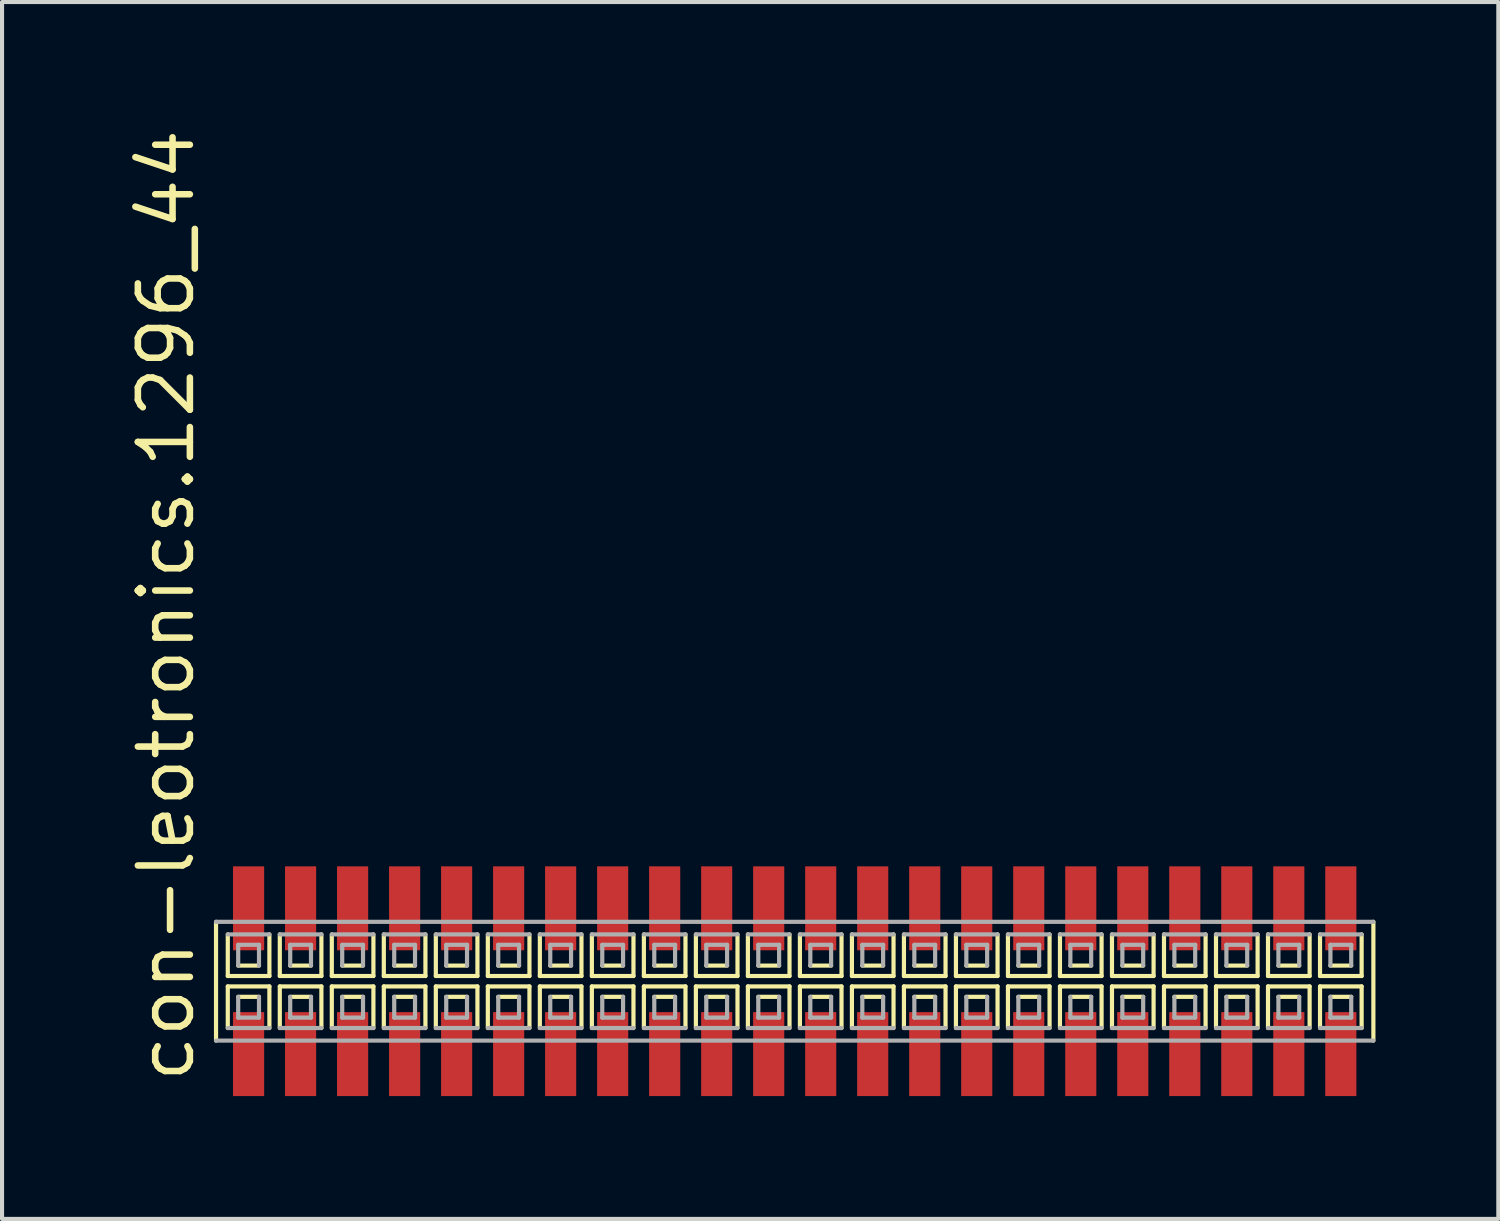
<source format=kicad_pcb>
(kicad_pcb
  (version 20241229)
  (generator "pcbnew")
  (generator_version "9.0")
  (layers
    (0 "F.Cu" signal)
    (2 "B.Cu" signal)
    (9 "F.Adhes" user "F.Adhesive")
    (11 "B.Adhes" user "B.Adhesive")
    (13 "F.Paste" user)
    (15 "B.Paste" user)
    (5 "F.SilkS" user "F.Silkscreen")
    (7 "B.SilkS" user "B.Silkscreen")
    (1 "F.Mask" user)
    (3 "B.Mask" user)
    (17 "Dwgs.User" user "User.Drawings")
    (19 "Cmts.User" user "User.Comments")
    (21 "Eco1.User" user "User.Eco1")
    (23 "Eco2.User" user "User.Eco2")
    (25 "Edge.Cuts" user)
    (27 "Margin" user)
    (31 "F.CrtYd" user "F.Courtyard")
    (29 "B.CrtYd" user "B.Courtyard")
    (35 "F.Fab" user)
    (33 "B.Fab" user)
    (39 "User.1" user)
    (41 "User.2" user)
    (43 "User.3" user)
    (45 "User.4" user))
  (footprint "con-leotronics.1296_44"
    (layer "F.Cu")
    (at 16.355 20.909)
    (property "Reference" "con-leotronics.1296_44" (at -14.605 2.54 90) (layer "F.SilkS") (effects (font (size 1.27 1.27) (thickness 0.16)) (justify left bottom)))
    (attr smd)
    (fp_line (start -14.13 -1.45) (end -14.13 1.45) (stroke (width 0.102) (type default)) (layer "F.SilkS"))
    (fp_line (start -13.843 -1.143) (end -13.843 -0.127) (stroke (width 0.102) (type default)) (layer "F.SilkS"))
    (fp_line (start -13.843 -0.127) (end -12.827 -0.127) (stroke (width 0.102) (type default)) (layer "F.SilkS"))
    (fp_line (start -13.843 0.127) (end -13.843 1.143) (stroke (width 0.102) (type default)) (layer "F.SilkS"))
    (fp_line (start -13.589 -0.381) (end -13.081 -0.381) (stroke (width 0.102) (type default)) (layer "F.SilkS"))
    (fp_line (start -13.081 0.381) (end -13.589 0.381) (stroke (width 0.102) (type default)) (layer "F.SilkS"))
    (fp_line (start -12.827 -0.127) (end -12.827 -1.143) (stroke (width 0.102) (type default)) (layer "F.SilkS"))
    (fp_line (start -12.827 0.127) (end -13.843 0.127) (stroke (width 0.102) (type default)) (layer "F.SilkS"))
    (fp_line (start -12.827 1.143) (end -12.827 0.127) (stroke (width 0.102) (type default)) (layer "F.SilkS"))
    (fp_line (start -12.573 -1.143) (end -12.573 -0.127) (stroke (width 0.102) (type default)) (layer "F.SilkS"))
    (fp_line (start -12.573 -0.127) (end -11.557 -0.127) (stroke (width 0.102) (type default)) (layer "F.SilkS"))
    (fp_line (start -12.573 0.127) (end -12.573 1.143) (stroke (width 0.102) (type default)) (layer "F.SilkS"))
    (fp_line (start -12.319 -0.381) (end -11.811 -0.381) (stroke (width 0.102) (type default)) (layer "F.SilkS"))
    (fp_line (start -11.811 0.381) (end -12.319 0.381) (stroke (width 0.102) (type default)) (layer "F.SilkS"))
    (fp_line (start -11.557 -0.127) (end -11.557 -1.143) (stroke (width 0.102) (type default)) (layer "F.SilkS"))
    (fp_line (start -11.557 0.127) (end -12.573 0.127) (stroke (width 0.102) (type default)) (layer "F.SilkS"))
    (fp_line (start -11.557 1.143) (end -11.557 0.127) (stroke (width 0.102) (type default)) (layer "F.SilkS"))
    (fp_line (start -11.303 -1.143) (end -11.303 -0.127) (stroke (width 0.102) (type default)) (layer "F.SilkS"))
    (fp_line (start -11.303 -0.127) (end -10.287 -0.127) (stroke (width 0.102) (type default)) (layer "F.SilkS"))
    (fp_line (start -11.303 0.127) (end -11.303 1.143) (stroke (width 0.102) (type default)) (layer "F.SilkS"))
    (fp_line (start -11.049 -0.381) (end -10.541 -0.381) (stroke (width 0.102) (type default)) (layer "F.SilkS"))
    (fp_line (start -10.541 0.381) (end -11.049 0.381) (stroke (width 0.102) (type default)) (layer "F.SilkS"))
    (fp_line (start -10.287 -0.127) (end -10.287 -1.143) (stroke (width 0.102) (type default)) (layer "F.SilkS"))
    (fp_line (start -10.287 0.127) (end -11.303 0.127) (stroke (width 0.102) (type default)) (layer "F.SilkS"))
    (fp_line (start -10.287 1.143) (end -10.287 0.127) (stroke (width 0.102) (type default)) (layer "F.SilkS"))
    (fp_line (start -10.033 -1.143) (end -10.033 -0.127) (stroke (width 0.102) (type default)) (layer "F.SilkS"))
    (fp_line (start -10.033 -0.127) (end -9.017 -0.127) (stroke (width 0.102) (type default)) (layer "F.SilkS"))
    (fp_line (start -10.033 0.127) (end -10.033 1.143) (stroke (width 0.102) (type default)) (layer "F.SilkS"))
    (fp_line (start -9.779 -0.381) (end -9.271 -0.381) (stroke (width 0.102) (type default)) (layer "F.SilkS"))
    (fp_line (start -9.271 0.381) (end -9.779 0.381) (stroke (width 0.102) (type default)) (layer "F.SilkS"))
    (fp_line (start -9.017 -0.127) (end -9.017 -1.143) (stroke (width 0.102) (type default)) (layer "F.SilkS"))
    (fp_line (start -9.017 0.127) (end -10.033 0.127) (stroke (width 0.102) (type default)) (layer "F.SilkS"))
    (fp_line (start -9.017 1.143) (end -9.017 0.127) (stroke (width 0.102) (type default)) (layer "F.SilkS"))
    (fp_line (start -8.763 -1.143) (end -8.763 -0.127) (stroke (width 0.102) (type default)) (layer "F.SilkS"))
    (fp_line (start -8.763 -0.127) (end -7.747 -0.127) (stroke (width 0.102) (type default)) (layer "F.SilkS"))
    (fp_line (start -8.763 0.127) (end -8.763 1.143) (stroke (width 0.102) (type default)) (layer "F.SilkS"))
    (fp_line (start -8.509 -0.381) (end -8.001 -0.381) (stroke (width 0.102) (type default)) (layer "F.SilkS"))
    (fp_line (start -8.001 0.381) (end -8.509 0.381) (stroke (width 0.102) (type default)) (layer "F.SilkS"))
    (fp_line (start -7.747 -0.127) (end -7.747 -1.143) (stroke (width 0.102) (type default)) (layer "F.SilkS"))
    (fp_line (start -7.747 0.127) (end -8.763 0.127) (stroke (width 0.102) (type default)) (layer "F.SilkS"))
    (fp_line (start -7.747 1.143) (end -7.747 0.127) (stroke (width 0.102) (type default)) (layer "F.SilkS"))
    (fp_line (start -7.493 -1.143) (end -7.493 -0.127) (stroke (width 0.102) (type default)) (layer "F.SilkS"))
    (fp_line (start -7.493 -0.127) (end -6.477 -0.127) (stroke (width 0.102) (type default)) (layer "F.SilkS"))
    (fp_line (start -7.493 0.127) (end -7.493 1.143) (stroke (width 0.102) (type default)) (layer "F.SilkS"))
    (fp_line (start -7.239 -0.381) (end -6.731 -0.381) (stroke (width 0.102) (type default)) (layer "F.SilkS"))
    (fp_line (start -6.731 0.381) (end -7.239 0.381) (stroke (width 0.102) (type default)) (layer "F.SilkS"))
    (fp_line (start -6.477 -0.127) (end -6.477 -1.143) (stroke (width 0.102) (type default)) (layer "F.SilkS"))
    (fp_line (start -6.477 0.127) (end -7.493 0.127) (stroke (width 0.102) (type default)) (layer "F.SilkS"))
    (fp_line (start -6.477 1.143) (end -6.477 0.127) (stroke (width 0.102) (type default)) (layer "F.SilkS"))
    (fp_line (start -6.223 -1.143) (end -6.223 -0.127) (stroke (width 0.102) (type default)) (layer "F.SilkS"))
    (fp_line (start -6.223 -0.127) (end -5.207 -0.127) (stroke (width 0.102) (type default)) (layer "F.SilkS"))
    (fp_line (start -6.223 0.127) (end -6.223 1.143) (stroke (width 0.102) (type default)) (layer "F.SilkS"))
    (fp_line (start -5.969 -0.381) (end -5.461 -0.381) (stroke (width 0.102) (type default)) (layer "F.SilkS"))
    (fp_line (start -5.461 0.381) (end -5.969 0.381) (stroke (width 0.102) (type default)) (layer "F.SilkS"))
    (fp_line (start -5.207 -0.127) (end -5.207 -1.143) (stroke (width 0.102) (type default)) (layer "F.SilkS"))
    (fp_line (start -5.207 0.127) (end -6.223 0.127) (stroke (width 0.102) (type default)) (layer "F.SilkS"))
    (fp_line (start -5.207 1.143) (end -5.207 0.127) (stroke (width 0.102) (type default)) (layer "F.SilkS"))
    (fp_line (start -4.953 -1.143) (end -4.953 -0.127) (stroke (width 0.102) (type default)) (layer "F.SilkS"))
    (fp_line (start -4.953 -0.127) (end -3.937 -0.127) (stroke (width 0.102) (type default)) (layer "F.SilkS"))
    (fp_line (start -4.953 0.127) (end -4.953 1.143) (stroke (width 0.102) (type default)) (layer "F.SilkS"))
    (fp_line (start -4.699 -0.381) (end -4.191 -0.381) (stroke (width 0.102) (type default)) (layer "F.SilkS"))
    (fp_line (start -4.191 0.381) (end -4.699 0.381) (stroke (width 0.102) (type default)) (layer "F.SilkS"))
    (fp_line (start -3.937 -0.127) (end -3.937 -1.143) (stroke (width 0.102) (type default)) (layer "F.SilkS"))
    (fp_line (start -3.937 0.127) (end -4.953 0.127) (stroke (width 0.102) (type default)) (layer "F.SilkS"))
    (fp_line (start -3.937 1.143) (end -3.937 0.127) (stroke (width 0.102) (type default)) (layer "F.SilkS"))
    (fp_line (start -3.683 -1.143) (end -3.683 -0.127) (stroke (width 0.102) (type default)) (layer "F.SilkS"))
    (fp_line (start -3.683 -0.127) (end -2.667 -0.127) (stroke (width 0.102) (type default)) (layer "F.SilkS"))
    (fp_line (start -3.683 0.127) (end -3.683 1.143) (stroke (width 0.102) (type default)) (layer "F.SilkS"))
    (fp_line (start -3.429 -0.381) (end -2.921 -0.381) (stroke (width 0.102) (type default)) (layer "F.SilkS"))
    (fp_line (start -2.921 0.381) (end -3.429 0.381) (stroke (width 0.102) (type default)) (layer "F.SilkS"))
    (fp_line (start -2.667 -0.127) (end -2.667 -1.143) (stroke (width 0.102) (type default)) (layer "F.SilkS"))
    (fp_line (start -2.667 0.127) (end -3.683 0.127) (stroke (width 0.102) (type default)) (layer "F.SilkS"))
    (fp_line (start -2.667 1.143) (end -2.667 0.127) (stroke (width 0.102) (type default)) (layer "F.SilkS"))
    (fp_line (start -2.413 -1.143) (end -2.413 -0.127) (stroke (width 0.102) (type default)) (layer "F.SilkS"))
    (fp_line (start -2.413 -0.127) (end -1.397 -0.127) (stroke (width 0.102) (type default)) (layer "F.SilkS"))
    (fp_line (start -2.413 0.127) (end -2.413 1.143) (stroke (width 0.102) (type default)) (layer "F.SilkS"))
    (fp_line (start -2.159 -0.381) (end -1.651 -0.381) (stroke (width 0.102) (type default)) (layer "F.SilkS"))
    (fp_line (start -1.651 0.381) (end -2.159 0.381) (stroke (width 0.102) (type default)) (layer "F.SilkS"))
    (fp_line (start -1.397 -0.127) (end -1.397 -1.143) (stroke (width 0.102) (type default)) (layer "F.SilkS"))
    (fp_line (start -1.397 0.127) (end -2.413 0.127) (stroke (width 0.102) (type default)) (layer "F.SilkS"))
    (fp_line (start -1.397 1.143) (end -1.397 0.127) (stroke (width 0.102) (type default)) (layer "F.SilkS"))
    (fp_line (start -1.143 -1.143) (end -1.143 -0.127) (stroke (width 0.102) (type default)) (layer "F.SilkS"))
    (fp_line (start -1.143 -0.127) (end -0.127 -0.127) (stroke (width 0.102) (type default)) (layer "F.SilkS"))
    (fp_line (start -1.143 0.127) (end -1.143 1.143) (stroke (width 0.102) (type default)) (layer "F.SilkS"))
    (fp_line (start -0.889 -0.381) (end -0.381 -0.381) (stroke (width 0.102) (type default)) (layer "F.SilkS"))
    (fp_line (start -0.381 0.381) (end -0.889 0.381) (stroke (width 0.102) (type default)) (layer "F.SilkS"))
    (fp_line (start -0.127 -0.127) (end -0.127 -1.143) (stroke (width 0.102) (type default)) (layer "F.SilkS"))
    (fp_line (start -0.127 0.127) (end -1.143 0.127) (stroke (width 0.102) (type default)) (layer "F.SilkS"))
    (fp_line (start -0.127 1.143) (end -0.127 0.127) (stroke (width 0.102) (type default)) (layer "F.SilkS"))
    (fp_line (start 0.127 -1.143) (end 0.127 -0.127) (stroke (width 0.102) (type default)) (layer "F.SilkS"))
    (fp_line (start 0.127 -0.127) (end 1.143 -0.127) (stroke (width 0.102) (type default)) (layer "F.SilkS"))
    (fp_line (start 0.127 0.127) (end 0.127 1.143) (stroke (width 0.102) (type default)) (layer "F.SilkS"))
    (fp_line (start 0.381 -0.381) (end 0.889 -0.381) (stroke (width 0.102) (type default)) (layer "F.SilkS"))
    (fp_line (start 0.889 0.381) (end 0.381 0.381) (stroke (width 0.102) (type default)) (layer "F.SilkS"))
    (fp_line (start 1.143 -0.127) (end 1.143 -1.143) (stroke (width 0.102) (type default)) (layer "F.SilkS"))
    (fp_line (start 1.143 0.127) (end 0.127 0.127) (stroke (width 0.102) (type default)) (layer "F.SilkS"))
    (fp_line (start 1.143 1.143) (end 1.143 0.127) (stroke (width 0.102) (type default)) (layer "F.SilkS"))
    (fp_line (start 1.397 -1.143) (end 1.397 -0.127) (stroke (width 0.102) (type default)) (layer "F.SilkS"))
    (fp_line (start 1.397 -0.127) (end 2.413 -0.127) (stroke (width 0.102) (type default)) (layer "F.SilkS"))
    (fp_line (start 1.397 0.127) (end 1.397 1.143) (stroke (width 0.102) (type default)) (layer "F.SilkS"))
    (fp_line (start 1.651 -0.381) (end 2.159 -0.381) (stroke (width 0.102) (type default)) (layer "F.SilkS"))
    (fp_line (start 2.159 0.381) (end 1.651 0.381) (stroke (width 0.102) (type default)) (layer "F.SilkS"))
    (fp_line (start 2.413 -0.127) (end 2.413 -1.143) (stroke (width 0.102) (type default)) (layer "F.SilkS"))
    (fp_line (start 2.413 0.127) (end 1.397 0.127) (stroke (width 0.102) (type default)) (layer "F.SilkS"))
    (fp_line (start 2.413 1.143) (end 2.413 0.127) (stroke (width 0.102) (type default)) (layer "F.SilkS"))
    (fp_line (start 2.667 -1.143) (end 2.667 -0.127) (stroke (width 0.102) (type default)) (layer "F.SilkS"))
    (fp_line (start 2.667 -0.127) (end 3.683 -0.127) (stroke (width 0.102) (type default)) (layer "F.SilkS"))
    (fp_line (start 2.667 0.127) (end 2.667 1.143) (stroke (width 0.102) (type default)) (layer "F.SilkS"))
    (fp_line (start 2.921 -0.381) (end 3.429 -0.381) (stroke (width 0.102) (type default)) (layer "F.SilkS"))
    (fp_line (start 3.429 0.381) (end 2.921 0.381) (stroke (width 0.102) (type default)) (layer "F.SilkS"))
    (fp_line (start 3.683 -0.127) (end 3.683 -1.143) (stroke (width 0.102) (type default)) (layer "F.SilkS"))
    (fp_line (start 3.683 0.127) (end 2.667 0.127) (stroke (width 0.102) (type default)) (layer "F.SilkS"))
    (fp_line (start 3.683 1.143) (end 3.683 0.127) (stroke (width 0.102) (type default)) (layer "F.SilkS"))
    (fp_line (start 3.937 -1.143) (end 3.937 -0.127) (stroke (width 0.102) (type default)) (layer "F.SilkS"))
    (fp_line (start 3.937 -0.127) (end 4.953 -0.127) (stroke (width 0.102) (type default)) (layer "F.SilkS"))
    (fp_line (start 3.937 0.127) (end 3.937 1.143) (stroke (width 0.102) (type default)) (layer "F.SilkS"))
    (fp_line (start 4.191 -0.381) (end 4.699 -0.381) (stroke (width 0.102) (type default)) (layer "F.SilkS"))
    (fp_line (start 4.699 0.381) (end 4.191 0.381) (stroke (width 0.102) (type default)) (layer "F.SilkS"))
    (fp_line (start 4.953 -0.127) (end 4.953 -1.143) (stroke (width 0.102) (type default)) (layer "F.SilkS"))
    (fp_line (start 4.953 0.127) (end 3.937 0.127) (stroke (width 0.102) (type default)) (layer "F.SilkS"))
    (fp_line (start 4.953 1.143) (end 4.953 0.127) (stroke (width 0.102) (type default)) (layer "F.SilkS"))
    (fp_line (start 5.207 -1.143) (end 5.207 -0.127) (stroke (width 0.102) (type default)) (layer "F.SilkS"))
    (fp_line (start 5.207 -0.127) (end 6.223 -0.127) (stroke (width 0.102) (type default)) (layer "F.SilkS"))
    (fp_line (start 5.207 0.127) (end 5.207 1.143) (stroke (width 0.102) (type default)) (layer "F.SilkS"))
    (fp_line (start 5.461 -0.381) (end 5.969 -0.381) (stroke (width 0.102) (type default)) (layer "F.SilkS"))
    (fp_line (start 5.969 0.381) (end 5.461 0.381) (stroke (width 0.102) (type default)) (layer "F.SilkS"))
    (fp_line (start 6.223 -0.127) (end 6.223 -1.143) (stroke (width 0.102) (type default)) (layer "F.SilkS"))
    (fp_line (start 6.223 0.127) (end 5.207 0.127) (stroke (width 0.102) (type default)) (layer "F.SilkS"))
    (fp_line (start 6.223 1.143) (end 6.223 0.127) (stroke (width 0.102) (type default)) (layer "F.SilkS"))
    (fp_line (start 6.477 -1.143) (end 6.477 -0.127) (stroke (width 0.102) (type default)) (layer "F.SilkS"))
    (fp_line (start 6.477 -0.127) (end 7.493 -0.127) (stroke (width 0.102) (type default)) (layer "F.SilkS"))
    (fp_line (start 6.477 0.127) (end 6.477 1.143) (stroke (width 0.102) (type default)) (layer "F.SilkS"))
    (fp_line (start 6.731 -0.381) (end 7.239 -0.381) (stroke (width 0.102) (type default)) (layer "F.SilkS"))
    (fp_line (start 7.239 0.381) (end 6.731 0.381) (stroke (width 0.102) (type default)) (layer "F.SilkS"))
    (fp_line (start 7.493 -0.127) (end 7.493 -1.143) (stroke (width 0.102) (type default)) (layer "F.SilkS"))
    (fp_line (start 7.493 0.127) (end 6.477 0.127) (stroke (width 0.102) (type default)) (layer "F.SilkS"))
    (fp_line (start 7.493 1.143) (end 7.493 0.127) (stroke (width 0.102) (type default)) (layer "F.SilkS"))
    (fp_line (start 7.747 -1.143) (end 7.747 -0.127) (stroke (width 0.102) (type default)) (layer "F.SilkS"))
    (fp_line (start 7.747 -0.127) (end 8.763 -0.127) (stroke (width 0.102) (type default)) (layer "F.SilkS"))
    (fp_line (start 7.747 0.127) (end 7.747 1.143) (stroke (width 0.102) (type default)) (layer "F.SilkS"))
    (fp_line (start 8.001 -0.381) (end 8.509 -0.381) (stroke (width 0.102) (type default)) (layer "F.SilkS"))
    (fp_line (start 8.509 0.381) (end 8.001 0.381) (stroke (width 0.102) (type default)) (layer "F.SilkS"))
    (fp_line (start 8.763 -0.127) (end 8.763 -1.143) (stroke (width 0.102) (type default)) (layer "F.SilkS"))
    (fp_line (start 8.763 0.127) (end 7.747 0.127) (stroke (width 0.102) (type default)) (layer "F.SilkS"))
    (fp_line (start 8.763 1.143) (end 8.763 0.127) (stroke (width 0.102) (type default)) (layer "F.SilkS"))
    (fp_line (start 9.017 -1.143) (end 9.017 -0.127) (stroke (width 0.102) (type default)) (layer "F.SilkS"))
    (fp_line (start 9.017 -0.127) (end 10.033 -0.127) (stroke (width 0.102) (type default)) (layer "F.SilkS"))
    (fp_line (start 9.017 0.127) (end 9.017 1.143) (stroke (width 0.102) (type default)) (layer "F.SilkS"))
    (fp_line (start 9.271 -0.381) (end 9.779 -0.381) (stroke (width 0.102) (type default)) (layer "F.SilkS"))
    (fp_line (start 9.779 0.381) (end 9.271 0.381) (stroke (width 0.102) (type default)) (layer "F.SilkS"))
    (fp_line (start 10.033 -0.127) (end 10.033 -1.143) (stroke (width 0.102) (type default)) (layer "F.SilkS"))
    (fp_line (start 10.033 0.127) (end 9.017 0.127) (stroke (width 0.102) (type default)) (layer "F.SilkS"))
    (fp_line (start 10.033 1.143) (end 10.033 0.127) (stroke (width 0.102) (type default)) (layer "F.SilkS"))
    (fp_line (start 10.287 -1.143) (end 10.287 -0.127) (stroke (width 0.102) (type default)) (layer "F.SilkS"))
    (fp_line (start 10.287 -0.127) (end 11.303 -0.127) (stroke (width 0.102) (type default)) (layer "F.SilkS"))
    (fp_line (start 10.287 0.127) (end 10.287 1.143) (stroke (width 0.102) (type default)) (layer "F.SilkS"))
    (fp_line (start 10.541 -0.381) (end 11.049 -0.381) (stroke (width 0.102) (type default)) (layer "F.SilkS"))
    (fp_line (start 11.049 0.381) (end 10.541 0.381) (stroke (width 0.102) (type default)) (layer "F.SilkS"))
    (fp_line (start 11.303 -0.127) (end 11.303 -1.143) (stroke (width 0.102) (type default)) (layer "F.SilkS"))
    (fp_line (start 11.303 0.127) (end 10.287 0.127) (stroke (width 0.102) (type default)) (layer "F.SilkS"))
    (fp_line (start 11.303 1.143) (end 11.303 0.127) (stroke (width 0.102) (type default)) (layer "F.SilkS"))
    (fp_line (start 11.557 -1.143) (end 11.557 -0.127) (stroke (width 0.102) (type default)) (layer "F.SilkS"))
    (fp_line (start 11.557 -0.127) (end 12.573 -0.127) (stroke (width 0.102) (type default)) (layer "F.SilkS"))
    (fp_line (start 11.557 0.127) (end 11.557 1.143) (stroke (width 0.102) (type default)) (layer "F.SilkS"))
    (fp_line (start 11.811 -0.381) (end 12.319 -0.381) (stroke (width 0.102) (type default)) (layer "F.SilkS"))
    (fp_line (start 12.319 0.381) (end 11.811 0.381) (stroke (width 0.102) (type default)) (layer "F.SilkS"))
    (fp_line (start 12.573 -0.127) (end 12.573 -1.143) (stroke (width 0.102) (type default)) (layer "F.SilkS"))
    (fp_line (start 12.573 0.127) (end 11.557 0.127) (stroke (width 0.102) (type default)) (layer "F.SilkS"))
    (fp_line (start 12.573 1.143) (end 12.573 0.127) (stroke (width 0.102) (type default)) (layer "F.SilkS"))
    (fp_line (start 12.827 -1.143) (end 12.827 -0.127) (stroke (width 0.102) (type default)) (layer "F.SilkS"))
    (fp_line (start 12.827 -0.127) (end 13.843 -0.127) (stroke (width 0.102) (type default)) (layer "F.SilkS"))
    (fp_line (start 12.827 0.127) (end 12.827 1.143) (stroke (width 0.102) (type default)) (layer "F.SilkS"))
    (fp_line (start 13.081 -0.381) (end 13.589 -0.381) (stroke (width 0.102) (type default)) (layer "F.SilkS"))
    (fp_line (start 13.589 0.381) (end 13.081 0.381) (stroke (width 0.102) (type default)) (layer "F.SilkS"))
    (fp_line (start 13.843 -0.127) (end 13.843 -1.143) (stroke (width 0.102) (type default)) (layer "F.SilkS"))
    (fp_line (start 13.843 0.127) (end 12.827 0.127) (stroke (width 0.102) (type default)) (layer "F.SilkS"))
    (fp_line (start 13.843 1.143) (end 13.843 0.127) (stroke (width 0.102) (type default)) (layer "F.SilkS"))
    (fp_line (start 14.13 1.45) (end 14.13 -1.45) (stroke (width 0.102) (type default)) (layer "F.SilkS"))
    (fp_line (start -14.13 1.45) (end 14.13 1.45) (stroke (width 0.102) (type default)) (layer "F.Fab"))
    (fp_line (start -13.843 1.143) (end -12.827 1.143) (stroke (width 0.102) (type default)) (layer "F.Fab"))
    (fp_line (start -13.589 -0.889) (end -13.589 -0.381) (stroke (width 0.102) (type default)) (layer "F.Fab"))
    (fp_line (start -13.589 0.381) (end -13.589 0.889) (stroke (width 0.102) (type default)) (layer "F.Fab"))
    (fp_line (start -13.589 0.889) (end -13.081 0.889) (stroke (width 0.102) (type default)) (layer "F.Fab"))
    (fp_line (start -13.081 -0.889) (end -13.589 -0.889) (stroke (width 0.102) (type default)) (layer "F.Fab"))
    (fp_line (start -13.081 -0.381) (end -13.081 -0.889) (stroke (width 0.102) (type default)) (layer "F.Fab"))
    (fp_line (start -13.081 0.889) (end -13.081 0.381) (stroke (width 0.102) (type default)) (layer "F.Fab"))
    (fp_line (start -12.827 -1.143) (end -13.843 -1.143) (stroke (width 0.102) (type default)) (layer "F.Fab"))
    (fp_line (start -12.573 1.143) (end -11.557 1.143) (stroke (width 0.102) (type default)) (layer "F.Fab"))
    (fp_line (start -12.319 -0.889) (end -12.319 -0.381) (stroke (width 0.102) (type default)) (layer "F.Fab"))
    (fp_line (start -12.319 0.381) (end -12.319 0.889) (stroke (width 0.102) (type default)) (layer "F.Fab"))
    (fp_line (start -12.319 0.889) (end -11.811 0.889) (stroke (width 0.102) (type default)) (layer "F.Fab"))
    (fp_line (start -11.811 -0.889) (end -12.319 -0.889) (stroke (width 0.102) (type default)) (layer "F.Fab"))
    (fp_line (start -11.811 -0.381) (end -11.811 -0.889) (stroke (width 0.102) (type default)) (layer "F.Fab"))
    (fp_line (start -11.811 0.889) (end -11.811 0.381) (stroke (width 0.102) (type default)) (layer "F.Fab"))
    (fp_line (start -11.557 -1.143) (end -12.573 -1.143) (stroke (width 0.102) (type default)) (layer "F.Fab"))
    (fp_line (start -11.303 1.143) (end -10.287 1.143) (stroke (width 0.102) (type default)) (layer "F.Fab"))
    (fp_line (start -11.049 -0.889) (end -11.049 -0.381) (stroke (width 0.102) (type default)) (layer "F.Fab"))
    (fp_line (start -11.049 0.381) (end -11.049 0.889) (stroke (width 0.102) (type default)) (layer "F.Fab"))
    (fp_line (start -11.049 0.889) (end -10.541 0.889) (stroke (width 0.102) (type default)) (layer "F.Fab"))
    (fp_line (start -10.541 -0.889) (end -11.049 -0.889) (stroke (width 0.102) (type default)) (layer "F.Fab"))
    (fp_line (start -10.541 -0.381) (end -10.541 -0.889) (stroke (width 0.102) (type default)) (layer "F.Fab"))
    (fp_line (start -10.541 0.889) (end -10.541 0.381) (stroke (width 0.102) (type default)) (layer "F.Fab"))
    (fp_line (start -10.287 -1.143) (end -11.303 -1.143) (stroke (width 0.102) (type default)) (layer "F.Fab"))
    (fp_line (start -10.033 1.143) (end -9.017 1.143) (stroke (width 0.102) (type default)) (layer "F.Fab"))
    (fp_line (start -9.779 -0.889) (end -9.779 -0.381) (stroke (width 0.102) (type default)) (layer "F.Fab"))
    (fp_line (start -9.779 0.381) (end -9.779 0.889) (stroke (width 0.102) (type default)) (layer "F.Fab"))
    (fp_line (start -9.779 0.889) (end -9.271 0.889) (stroke (width 0.102) (type default)) (layer "F.Fab"))
    (fp_line (start -9.271 -0.889) (end -9.779 -0.889) (stroke (width 0.102) (type default)) (layer "F.Fab"))
    (fp_line (start -9.271 -0.381) (end -9.271 -0.889) (stroke (width 0.102) (type default)) (layer "F.Fab"))
    (fp_line (start -9.271 0.889) (end -9.271 0.381) (stroke (width 0.102) (type default)) (layer "F.Fab"))
    (fp_line (start -9.017 -1.143) (end -10.033 -1.143) (stroke (width 0.102) (type default)) (layer "F.Fab"))
    (fp_line (start -8.763 1.143) (end -7.747 1.143) (stroke (width 0.102) (type default)) (layer "F.Fab"))
    (fp_line (start -8.509 -0.889) (end -8.509 -0.381) (stroke (width 0.102) (type default)) (layer "F.Fab"))
    (fp_line (start -8.509 0.381) (end -8.509 0.889) (stroke (width 0.102) (type default)) (layer "F.Fab"))
    (fp_line (start -8.509 0.889) (end -8.001 0.889) (stroke (width 0.102) (type default)) (layer "F.Fab"))
    (fp_line (start -8.001 -0.889) (end -8.509 -0.889) (stroke (width 0.102) (type default)) (layer "F.Fab"))
    (fp_line (start -8.001 -0.381) (end -8.001 -0.889) (stroke (width 0.102) (type default)) (layer "F.Fab"))
    (fp_line (start -8.001 0.889) (end -8.001 0.381) (stroke (width 0.102) (type default)) (layer "F.Fab"))
    (fp_line (start -7.747 -1.143) (end -8.763 -1.143) (stroke (width 0.102) (type default)) (layer "F.Fab"))
    (fp_line (start -7.493 1.143) (end -6.477 1.143) (stroke (width 0.102) (type default)) (layer "F.Fab"))
    (fp_line (start -7.239 -0.889) (end -7.239 -0.381) (stroke (width 0.102) (type default)) (layer "F.Fab"))
    (fp_line (start -7.239 0.381) (end -7.239 0.889) (stroke (width 0.102) (type default)) (layer "F.Fab"))
    (fp_line (start -7.239 0.889) (end -6.731 0.889) (stroke (width 0.102) (type default)) (layer "F.Fab"))
    (fp_line (start -6.731 -0.889) (end -7.239 -0.889) (stroke (width 0.102) (type default)) (layer "F.Fab"))
    (fp_line (start -6.731 -0.381) (end -6.731 -0.889) (stroke (width 0.102) (type default)) (layer "F.Fab"))
    (fp_line (start -6.731 0.889) (end -6.731 0.381) (stroke (width 0.102) (type default)) (layer "F.Fab"))
    (fp_line (start -6.477 -1.143) (end -7.493 -1.143) (stroke (width 0.102) (type default)) (layer "F.Fab"))
    (fp_line (start -6.223 1.143) (end -5.207 1.143) (stroke (width 0.102) (type default)) (layer "F.Fab"))
    (fp_line (start -5.969 -0.889) (end -5.969 -0.381) (stroke (width 0.102) (type default)) (layer "F.Fab"))
    (fp_line (start -5.969 0.381) (end -5.969 0.889) (stroke (width 0.102) (type default)) (layer "F.Fab"))
    (fp_line (start -5.969 0.889) (end -5.461 0.889) (stroke (width 0.102) (type default)) (layer "F.Fab"))
    (fp_line (start -5.461 -0.889) (end -5.969 -0.889) (stroke (width 0.102) (type default)) (layer "F.Fab"))
    (fp_line (start -5.461 -0.381) (end -5.461 -0.889) (stroke (width 0.102) (type default)) (layer "F.Fab"))
    (fp_line (start -5.461 0.889) (end -5.461 0.381) (stroke (width 0.102) (type default)) (layer "F.Fab"))
    (fp_line (start -5.207 -1.143) (end -6.223 -1.143) (stroke (width 0.102) (type default)) (layer "F.Fab"))
    (fp_line (start -4.953 1.143) (end -3.937 1.143) (stroke (width 0.102) (type default)) (layer "F.Fab"))
    (fp_line (start -4.699 -0.889) (end -4.699 -0.381) (stroke (width 0.102) (type default)) (layer "F.Fab"))
    (fp_line (start -4.699 0.381) (end -4.699 0.889) (stroke (width 0.102) (type default)) (layer "F.Fab"))
    (fp_line (start -4.699 0.889) (end -4.191 0.889) (stroke (width 0.102) (type default)) (layer "F.Fab"))
    (fp_line (start -4.191 -0.889) (end -4.699 -0.889) (stroke (width 0.102) (type default)) (layer "F.Fab"))
    (fp_line (start -4.191 -0.381) (end -4.191 -0.889) (stroke (width 0.102) (type default)) (layer "F.Fab"))
    (fp_line (start -4.191 0.889) (end -4.191 0.381) (stroke (width 0.102) (type default)) (layer "F.Fab"))
    (fp_line (start -3.937 -1.143) (end -4.953 -1.143) (stroke (width 0.102) (type default)) (layer "F.Fab"))
    (fp_line (start -3.683 1.143) (end -2.667 1.143) (stroke (width 0.102) (type default)) (layer "F.Fab"))
    (fp_line (start -3.429 -0.889) (end -3.429 -0.381) (stroke (width 0.102) (type default)) (layer "F.Fab"))
    (fp_line (start -3.429 0.381) (end -3.429 0.889) (stroke (width 0.102) (type default)) (layer "F.Fab"))
    (fp_line (start -3.429 0.889) (end -2.921 0.889) (stroke (width 0.102) (type default)) (layer "F.Fab"))
    (fp_line (start -2.921 -0.889) (end -3.429 -0.889) (stroke (width 0.102) (type default)) (layer "F.Fab"))
    (fp_line (start -2.921 -0.381) (end -2.921 -0.889) (stroke (width 0.102) (type default)) (layer "F.Fab"))
    (fp_line (start -2.921 0.889) (end -2.921 0.381) (stroke (width 0.102) (type default)) (layer "F.Fab"))
    (fp_line (start -2.667 -1.143) (end -3.683 -1.143) (stroke (width 0.102) (type default)) (layer "F.Fab"))
    (fp_line (start -2.413 1.143) (end -1.397 1.143) (stroke (width 0.102) (type default)) (layer "F.Fab"))
    (fp_line (start -2.159 -0.889) (end -2.159 -0.381) (stroke (width 0.102) (type default)) (layer "F.Fab"))
    (fp_line (start -2.159 0.381) (end -2.159 0.889) (stroke (width 0.102) (type default)) (layer "F.Fab"))
    (fp_line (start -2.159 0.889) (end -1.651 0.889) (stroke (width 0.102) (type default)) (layer "F.Fab"))
    (fp_line (start -1.651 -0.889) (end -2.159 -0.889) (stroke (width 0.102) (type default)) (layer "F.Fab"))
    (fp_line (start -1.651 -0.381) (end -1.651 -0.889) (stroke (width 0.102) (type default)) (layer "F.Fab"))
    (fp_line (start -1.651 0.889) (end -1.651 0.381) (stroke (width 0.102) (type default)) (layer "F.Fab"))
    (fp_line (start -1.397 -1.143) (end -2.413 -1.143) (stroke (width 0.102) (type default)) (layer "F.Fab"))
    (fp_line (start -1.143 1.143) (end -0.127 1.143) (stroke (width 0.102) (type default)) (layer "F.Fab"))
    (fp_line (start -0.889 -0.889) (end -0.889 -0.381) (stroke (width 0.102) (type default)) (layer "F.Fab"))
    (fp_line (start -0.889 0.381) (end -0.889 0.889) (stroke (width 0.102) (type default)) (layer "F.Fab"))
    (fp_line (start -0.889 0.889) (end -0.381 0.889) (stroke (width 0.102) (type default)) (layer "F.Fab"))
    (fp_line (start -0.381 -0.889) (end -0.889 -0.889) (stroke (width 0.102) (type default)) (layer "F.Fab"))
    (fp_line (start -0.381 -0.381) (end -0.381 -0.889) (stroke (width 0.102) (type default)) (layer "F.Fab"))
    (fp_line (start -0.381 0.889) (end -0.381 0.381) (stroke (width 0.102) (type default)) (layer "F.Fab"))
    (fp_line (start -0.127 -1.143) (end -1.143 -1.143) (stroke (width 0.102) (type default)) (layer "F.Fab"))
    (fp_line (start 0.127 1.143) (end 1.143 1.143) (stroke (width 0.102) (type default)) (layer "F.Fab"))
    (fp_line (start 0.381 -0.889) (end 0.381 -0.381) (stroke (width 0.102) (type default)) (layer "F.Fab"))
    (fp_line (start 0.381 0.381) (end 0.381 0.889) (stroke (width 0.102) (type default)) (layer "F.Fab"))
    (fp_line (start 0.381 0.889) (end 0.889 0.889) (stroke (width 0.102) (type default)) (layer "F.Fab"))
    (fp_line (start 0.889 -0.889) (end 0.381 -0.889) (stroke (width 0.102) (type default)) (layer "F.Fab"))
    (fp_line (start 0.889 -0.381) (end 0.889 -0.889) (stroke (width 0.102) (type default)) (layer "F.Fab"))
    (fp_line (start 0.889 0.889) (end 0.889 0.381) (stroke (width 0.102) (type default)) (layer "F.Fab"))
    (fp_line (start 1.143 -1.143) (end 0.127 -1.143) (stroke (width 0.102) (type default)) (layer "F.Fab"))
    (fp_line (start 1.397 1.143) (end 2.413 1.143) (stroke (width 0.102) (type default)) (layer "F.Fab"))
    (fp_line (start 1.651 -0.889) (end 1.651 -0.381) (stroke (width 0.102) (type default)) (layer "F.Fab"))
    (fp_line (start 1.651 0.381) (end 1.651 0.889) (stroke (width 0.102) (type default)) (layer "F.Fab"))
    (fp_line (start 1.651 0.889) (end 2.159 0.889) (stroke (width 0.102) (type default)) (layer "F.Fab"))
    (fp_line (start 2.159 -0.889) (end 1.651 -0.889) (stroke (width 0.102) (type default)) (layer "F.Fab"))
    (fp_line (start 2.159 -0.381) (end 2.159 -0.889) (stroke (width 0.102) (type default)) (layer "F.Fab"))
    (fp_line (start 2.159 0.889) (end 2.159 0.381) (stroke (width 0.102) (type default)) (layer "F.Fab"))
    (fp_line (start 2.413 -1.143) (end 1.397 -1.143) (stroke (width 0.102) (type default)) (layer "F.Fab"))
    (fp_line (start 2.667 1.143) (end 3.683 1.143) (stroke (width 0.102) (type default)) (layer "F.Fab"))
    (fp_line (start 2.921 -0.889) (end 2.921 -0.381) (stroke (width 0.102) (type default)) (layer "F.Fab"))
    (fp_line (start 2.921 0.381) (end 2.921 0.889) (stroke (width 0.102) (type default)) (layer "F.Fab"))
    (fp_line (start 2.921 0.889) (end 3.429 0.889) (stroke (width 0.102) (type default)) (layer "F.Fab"))
    (fp_line (start 3.429 -0.889) (end 2.921 -0.889) (stroke (width 0.102) (type default)) (layer "F.Fab"))
    (fp_line (start 3.429 -0.381) (end 3.429 -0.889) (stroke (width 0.102) (type default)) (layer "F.Fab"))
    (fp_line (start 3.429 0.889) (end 3.429 0.381) (stroke (width 0.102) (type default)) (layer "F.Fab"))
    (fp_line (start 3.683 -1.143) (end 2.667 -1.143) (stroke (width 0.102) (type default)) (layer "F.Fab"))
    (fp_line (start 3.937 1.143) (end 4.953 1.143) (stroke (width 0.102) (type default)) (layer "F.Fab"))
    (fp_line (start 4.191 -0.889) (end 4.191 -0.381) (stroke (width 0.102) (type default)) (layer "F.Fab"))
    (fp_line (start 4.191 0.381) (end 4.191 0.889) (stroke (width 0.102) (type default)) (layer "F.Fab"))
    (fp_line (start 4.191 0.889) (end 4.699 0.889) (stroke (width 0.102) (type default)) (layer "F.Fab"))
    (fp_line (start 4.699 -0.889) (end 4.191 -0.889) (stroke (width 0.102) (type default)) (layer "F.Fab"))
    (fp_line (start 4.699 -0.381) (end 4.699 -0.889) (stroke (width 0.102) (type default)) (layer "F.Fab"))
    (fp_line (start 4.699 0.889) (end 4.699 0.381) (stroke (width 0.102) (type default)) (layer "F.Fab"))
    (fp_line (start 4.953 -1.143) (end 3.937 -1.143) (stroke (width 0.102) (type default)) (layer "F.Fab"))
    (fp_line (start 5.207 1.143) (end 6.223 1.143) (stroke (width 0.102) (type default)) (layer "F.Fab"))
    (fp_line (start 5.461 -0.889) (end 5.461 -0.381) (stroke (width 0.102) (type default)) (layer "F.Fab"))
    (fp_line (start 5.461 0.381) (end 5.461 0.889) (stroke (width 0.102) (type default)) (layer "F.Fab"))
    (fp_line (start 5.461 0.889) (end 5.969 0.889) (stroke (width 0.102) (type default)) (layer "F.Fab"))
    (fp_line (start 5.969 -0.889) (end 5.461 -0.889) (stroke (width 0.102) (type default)) (layer "F.Fab"))
    (fp_line (start 5.969 -0.381) (end 5.969 -0.889) (stroke (width 0.102) (type default)) (layer "F.Fab"))
    (fp_line (start 5.969 0.889) (end 5.969 0.381) (stroke (width 0.102) (type default)) (layer "F.Fab"))
    (fp_line (start 6.223 -1.143) (end 5.207 -1.143) (stroke (width 0.102) (type default)) (layer "F.Fab"))
    (fp_line (start 6.477 1.143) (end 7.493 1.143) (stroke (width 0.102) (type default)) (layer "F.Fab"))
    (fp_line (start 6.731 -0.889) (end 6.731 -0.381) (stroke (width 0.102) (type default)) (layer "F.Fab"))
    (fp_line (start 6.731 0.381) (end 6.731 0.889) (stroke (width 0.102) (type default)) (layer "F.Fab"))
    (fp_line (start 6.731 0.889) (end 7.239 0.889) (stroke (width 0.102) (type default)) (layer "F.Fab"))
    (fp_line (start 7.239 -0.889) (end 6.731 -0.889) (stroke (width 0.102) (type default)) (layer "F.Fab"))
    (fp_line (start 7.239 -0.381) (end 7.239 -0.889) (stroke (width 0.102) (type default)) (layer "F.Fab"))
    (fp_line (start 7.239 0.889) (end 7.239 0.381) (stroke (width 0.102) (type default)) (layer "F.Fab"))
    (fp_line (start 7.493 -1.143) (end 6.477 -1.143) (stroke (width 0.102) (type default)) (layer "F.Fab"))
    (fp_line (start 7.747 1.143) (end 8.763 1.143) (stroke (width 0.102) (type default)) (layer "F.Fab"))
    (fp_line (start 8.001 -0.889) (end 8.001 -0.381) (stroke (width 0.102) (type default)) (layer "F.Fab"))
    (fp_line (start 8.001 0.381) (end 8.001 0.889) (stroke (width 0.102) (type default)) (layer "F.Fab"))
    (fp_line (start 8.001 0.889) (end 8.509 0.889) (stroke (width 0.102) (type default)) (layer "F.Fab"))
    (fp_line (start 8.509 -0.889) (end 8.001 -0.889) (stroke (width 0.102) (type default)) (layer "F.Fab"))
    (fp_line (start 8.509 -0.381) (end 8.509 -0.889) (stroke (width 0.102) (type default)) (layer "F.Fab"))
    (fp_line (start 8.509 0.889) (end 8.509 0.381) (stroke (width 0.102) (type default)) (layer "F.Fab"))
    (fp_line (start 8.763 -1.143) (end 7.747 -1.143) (stroke (width 0.102) (type default)) (layer "F.Fab"))
    (fp_line (start 9.017 1.143) (end 10.033 1.143) (stroke (width 0.102) (type default)) (layer "F.Fab"))
    (fp_line (start 9.271 -0.889) (end 9.271 -0.381) (stroke (width 0.102) (type default)) (layer "F.Fab"))
    (fp_line (start 9.271 0.381) (end 9.271 0.889) (stroke (width 0.102) (type default)) (layer "F.Fab"))
    (fp_line (start 9.271 0.889) (end 9.779 0.889) (stroke (width 0.102) (type default)) (layer "F.Fab"))
    (fp_line (start 9.779 -0.889) (end 9.271 -0.889) (stroke (width 0.102) (type default)) (layer "F.Fab"))
    (fp_line (start 9.779 -0.381) (end 9.779 -0.889) (stroke (width 0.102) (type default)) (layer "F.Fab"))
    (fp_line (start 9.779 0.889) (end 9.779 0.381) (stroke (width 0.102) (type default)) (layer "F.Fab"))
    (fp_line (start 10.033 -1.143) (end 9.017 -1.143) (stroke (width 0.102) (type default)) (layer "F.Fab"))
    (fp_line (start 10.287 1.143) (end 11.303 1.143) (stroke (width 0.102) (type default)) (layer "F.Fab"))
    (fp_line (start 10.541 -0.889) (end 10.541 -0.381) (stroke (width 0.102) (type default)) (layer "F.Fab"))
    (fp_line (start 10.541 0.381) (end 10.541 0.889) (stroke (width 0.102) (type default)) (layer "F.Fab"))
    (fp_line (start 10.541 0.889) (end 11.049 0.889) (stroke (width 0.102) (type default)) (layer "F.Fab"))
    (fp_line (start 11.049 -0.889) (end 10.541 -0.889) (stroke (width 0.102) (type default)) (layer "F.Fab"))
    (fp_line (start 11.049 -0.381) (end 11.049 -0.889) (stroke (width 0.102) (type default)) (layer "F.Fab"))
    (fp_line (start 11.049 0.889) (end 11.049 0.381) (stroke (width 0.102) (type default)) (layer "F.Fab"))
    (fp_line (start 11.303 -1.143) (end 10.287 -1.143) (stroke (width 0.102) (type default)) (layer "F.Fab"))
    (fp_line (start 11.557 1.143) (end 12.573 1.143) (stroke (width 0.102) (type default)) (layer "F.Fab"))
    (fp_line (start 11.811 -0.889) (end 11.811 -0.381) (stroke (width 0.102) (type default)) (layer "F.Fab"))
    (fp_line (start 11.811 0.381) (end 11.811 0.889) (stroke (width 0.102) (type default)) (layer "F.Fab"))
    (fp_line (start 11.811 0.889) (end 12.319 0.889) (stroke (width 0.102) (type default)) (layer "F.Fab"))
    (fp_line (start 12.319 -0.889) (end 11.811 -0.889) (stroke (width 0.102) (type default)) (layer "F.Fab"))
    (fp_line (start 12.319 -0.381) (end 12.319 -0.889) (stroke (width 0.102) (type default)) (layer "F.Fab"))
    (fp_line (start 12.319 0.889) (end 12.319 0.381) (stroke (width 0.102) (type default)) (layer "F.Fab"))
    (fp_line (start 12.573 -1.143) (end 11.557 -1.143) (stroke (width 0.102) (type default)) (layer "F.Fab"))
    (fp_line (start 12.827 1.143) (end 13.843 1.143) (stroke (width 0.102) (type default)) (layer "F.Fab"))
    (fp_line (start 13.081 -0.889) (end 13.081 -0.381) (stroke (width 0.102) (type default)) (layer "F.Fab"))
    (fp_line (start 13.081 0.381) (end 13.081 0.889) (stroke (width 0.102) (type default)) (layer "F.Fab"))
    (fp_line (start 13.081 0.889) (end 13.589 0.889) (stroke (width 0.102) (type default)) (layer "F.Fab"))
    (fp_line (start 13.589 -0.889) (end 13.081 -0.889) (stroke (width 0.102) (type default)) (layer "F.Fab"))
    (fp_line (start 13.589 -0.381) (end 13.589 -0.889) (stroke (width 0.102) (type default)) (layer "F.Fab"))
    (fp_line (start 13.589 0.889) (end 13.589 0.381) (stroke (width 0.102) (type default)) (layer "F.Fab"))
    (fp_line (start 13.843 -1.143) (end 12.827 -1.143) (stroke (width 0.102) (type default)) (layer "F.Fab"))
    (fp_line (start 14.13 -1.45) (end -14.13 -1.45) (stroke (width 0.102) (type default)) (layer "F.Fab"))
    (pad "1" smd roundrect (at -13.335 1.78) (size 0.76 2.05) (layers "F.Cu" "F.Mask" "F.Paste") (roundrect_rratio 0.01))
    (pad "2" smd roundrect (at -13.335 -1.78) (size 0.76 2.05) (layers "F.Cu" "F.Mask" "F.Paste") (roundrect_rratio 0.01))
    (pad "3" smd roundrect (at -12.065 1.78) (size 0.76 2.05) (layers "F.Cu" "F.Mask" "F.Paste") (roundrect_rratio 0.01))
    (pad "4" smd roundrect (at -12.065 -1.78) (size 0.76 2.05) (layers "F.Cu" "F.Mask" "F.Paste") (roundrect_rratio 0.01))
    (pad "5" smd roundrect (at -10.795 1.78) (size 0.76 2.05) (layers "F.Cu" "F.Mask" "F.Paste") (roundrect_rratio 0.01))
    (pad "6" smd roundrect (at -10.795 -1.78) (size 0.76 2.05) (layers "F.Cu" "F.Mask" "F.Paste") (roundrect_rratio 0.01))
    (pad "7" smd roundrect (at -9.525 1.78) (size 0.76 2.05) (layers "F.Cu" "F.Mask" "F.Paste") (roundrect_rratio 0.01))
    (pad "8" smd roundrect (at -9.525 -1.78) (size 0.76 2.05) (layers "F.Cu" "F.Mask" "F.Paste") (roundrect_rratio 0.01))
    (pad "9" smd roundrect (at -8.255 1.78) (size 0.76 2.05) (layers "F.Cu" "F.Mask" "F.Paste") (roundrect_rratio 0.01))
    (pad "10" smd roundrect (at -8.255 -1.78) (size 0.76 2.05) (layers "F.Cu" "F.Mask" "F.Paste") (roundrect_rratio 0.01))
    (pad "11" smd roundrect (at -6.985 1.78) (size 0.76 2.05) (layers "F.Cu" "F.Mask" "F.Paste") (roundrect_rratio 0.01))
    (pad "12" smd roundrect (at -6.985 -1.78) (size 0.76 2.05) (layers "F.Cu" "F.Mask" "F.Paste") (roundrect_rratio 0.01))
    (pad "13" smd roundrect (at -5.715 1.78) (size 0.76 2.05) (layers "F.Cu" "F.Mask" "F.Paste") (roundrect_rratio 0.01))
    (pad "14" smd roundrect (at -5.715 -1.78) (size 0.76 2.05) (layers "F.Cu" "F.Mask" "F.Paste") (roundrect_rratio 0.01))
    (pad "15" smd roundrect (at -4.445 1.78) (size 0.76 2.05) (layers "F.Cu" "F.Mask" "F.Paste") (roundrect_rratio 0.01))
    (pad "16" smd roundrect (at -4.445 -1.78) (size 0.76 2.05) (layers "F.Cu" "F.Mask" "F.Paste") (roundrect_rratio 0.01))
    (pad "17" smd roundrect (at -3.175 1.78) (size 0.76 2.05) (layers "F.Cu" "F.Mask" "F.Paste") (roundrect_rratio 0.01))
    (pad "18" smd roundrect (at -3.175 -1.78) (size 0.76 2.05) (layers "F.Cu" "F.Mask" "F.Paste") (roundrect_rratio 0.01))
    (pad "19" smd roundrect (at -1.905 1.78) (size 0.76 2.05) (layers "F.Cu" "F.Mask" "F.Paste") (roundrect_rratio 0.01))
    (pad "20" smd roundrect (at -1.905 -1.78) (size 0.76 2.05) (layers "F.Cu" "F.Mask" "F.Paste") (roundrect_rratio 0.01))
    (pad "21" smd roundrect (at -0.635 1.78) (size 0.76 2.05) (layers "F.Cu" "F.Mask" "F.Paste") (roundrect_rratio 0.01))
    (pad "22" smd roundrect (at -0.635 -1.78) (size 0.76 2.05) (layers "F.Cu" "F.Mask" "F.Paste") (roundrect_rratio 0.01))
    (pad "23" smd roundrect (at 0.635 1.78) (size 0.76 2.05) (layers "F.Cu" "F.Mask" "F.Paste") (roundrect_rratio 0.01))
    (pad "24" smd roundrect (at 0.635 -1.78) (size 0.76 2.05) (layers "F.Cu" "F.Mask" "F.Paste") (roundrect_rratio 0.01))
    (pad "25" smd roundrect (at 1.905 1.78) (size 0.76 2.05) (layers "F.Cu" "F.Mask" "F.Paste") (roundrect_rratio 0.01))
    (pad "26" smd roundrect (at 1.905 -1.78) (size 0.76 2.05) (layers "F.Cu" "F.Mask" "F.Paste") (roundrect_rratio 0.01))
    (pad "27" smd roundrect (at 3.175 1.78) (size 0.76 2.05) (layers "F.Cu" "F.Mask" "F.Paste") (roundrect_rratio 0.01))
    (pad "28" smd roundrect (at 3.175 -1.78) (size 0.76 2.05) (layers "F.Cu" "F.Mask" "F.Paste") (roundrect_rratio 0.01))
    (pad "29" smd roundrect (at 4.445 1.78) (size 0.76 2.05) (layers "F.Cu" "F.Mask" "F.Paste") (roundrect_rratio 0.01))
    (pad "30" smd roundrect (at 4.445 -1.78) (size 0.76 2.05) (layers "F.Cu" "F.Mask" "F.Paste") (roundrect_rratio 0.01))
    (pad "31" smd roundrect (at 5.715 1.78) (size 0.76 2.05) (layers "F.Cu" "F.Mask" "F.Paste") (roundrect_rratio 0.01))
    (pad "32" smd roundrect (at 5.715 -1.78) (size 0.76 2.05) (layers "F.Cu" "F.Mask" "F.Paste") (roundrect_rratio 0.01))
    (pad "33" smd roundrect (at 6.985 1.78) (size 0.76 2.05) (layers "F.Cu" "F.Mask" "F.Paste") (roundrect_rratio 0.01))
    (pad "34" smd roundrect (at 6.985 -1.78) (size 0.76 2.05) (layers "F.Cu" "F.Mask" "F.Paste") (roundrect_rratio 0.01))
    (pad "35" smd roundrect (at 8.255 1.78) (size 0.76 2.05) (layers "F.Cu" "F.Mask" "F.Paste") (roundrect_rratio 0.01))
    (pad "36" smd roundrect (at 8.255 -1.78) (size 0.76 2.05) (layers "F.Cu" "F.Mask" "F.Paste") (roundrect_rratio 0.01))
    (pad "37" smd roundrect (at 9.525 1.78) (size 0.76 2.05) (layers "F.Cu" "F.Mask" "F.Paste") (roundrect_rratio 0.01))
    (pad "38" smd roundrect (at 9.525 -1.78) (size 0.76 2.05) (layers "F.Cu" "F.Mask" "F.Paste") (roundrect_rratio 0.01))
    (pad "39" smd roundrect (at 10.795 1.78) (size 0.76 2.05) (layers "F.Cu" "F.Mask" "F.Paste") (roundrect_rratio 0.01))
    (pad "40" smd roundrect (at 10.795 -1.78) (size 0.76 2.05) (layers "F.Cu" "F.Mask" "F.Paste") (roundrect_rratio 0.01))
    (pad "41" smd roundrect (at 12.065 1.78) (size 0.76 2.05) (layers "F.Cu" "F.Mask" "F.Paste") (roundrect_rratio 0.01))
    (pad "42" smd roundrect (at 12.065 -1.78) (size 0.76 2.05) (layers "F.Cu" "F.Mask" "F.Paste") (roundrect_rratio 0.01))
    (pad "43" smd roundrect (at 13.335 1.78) (size 0.76 2.05) (layers "F.Cu" "F.Mask" "F.Paste") (roundrect_rratio 0.01))
    (pad "44" smd roundrect (at 13.335 -1.78) (size 0.76 2.05) (layers "F.Cu" "F.Mask" "F.Paste") (roundrect_rratio 0.01)))
  (gr_rect
    (start -3 -3)
    (end 33.536 26.714)
    (stroke (width 0.1) (type default))
    (fill no)
    (layer "Edge.Cuts")))
</source>
